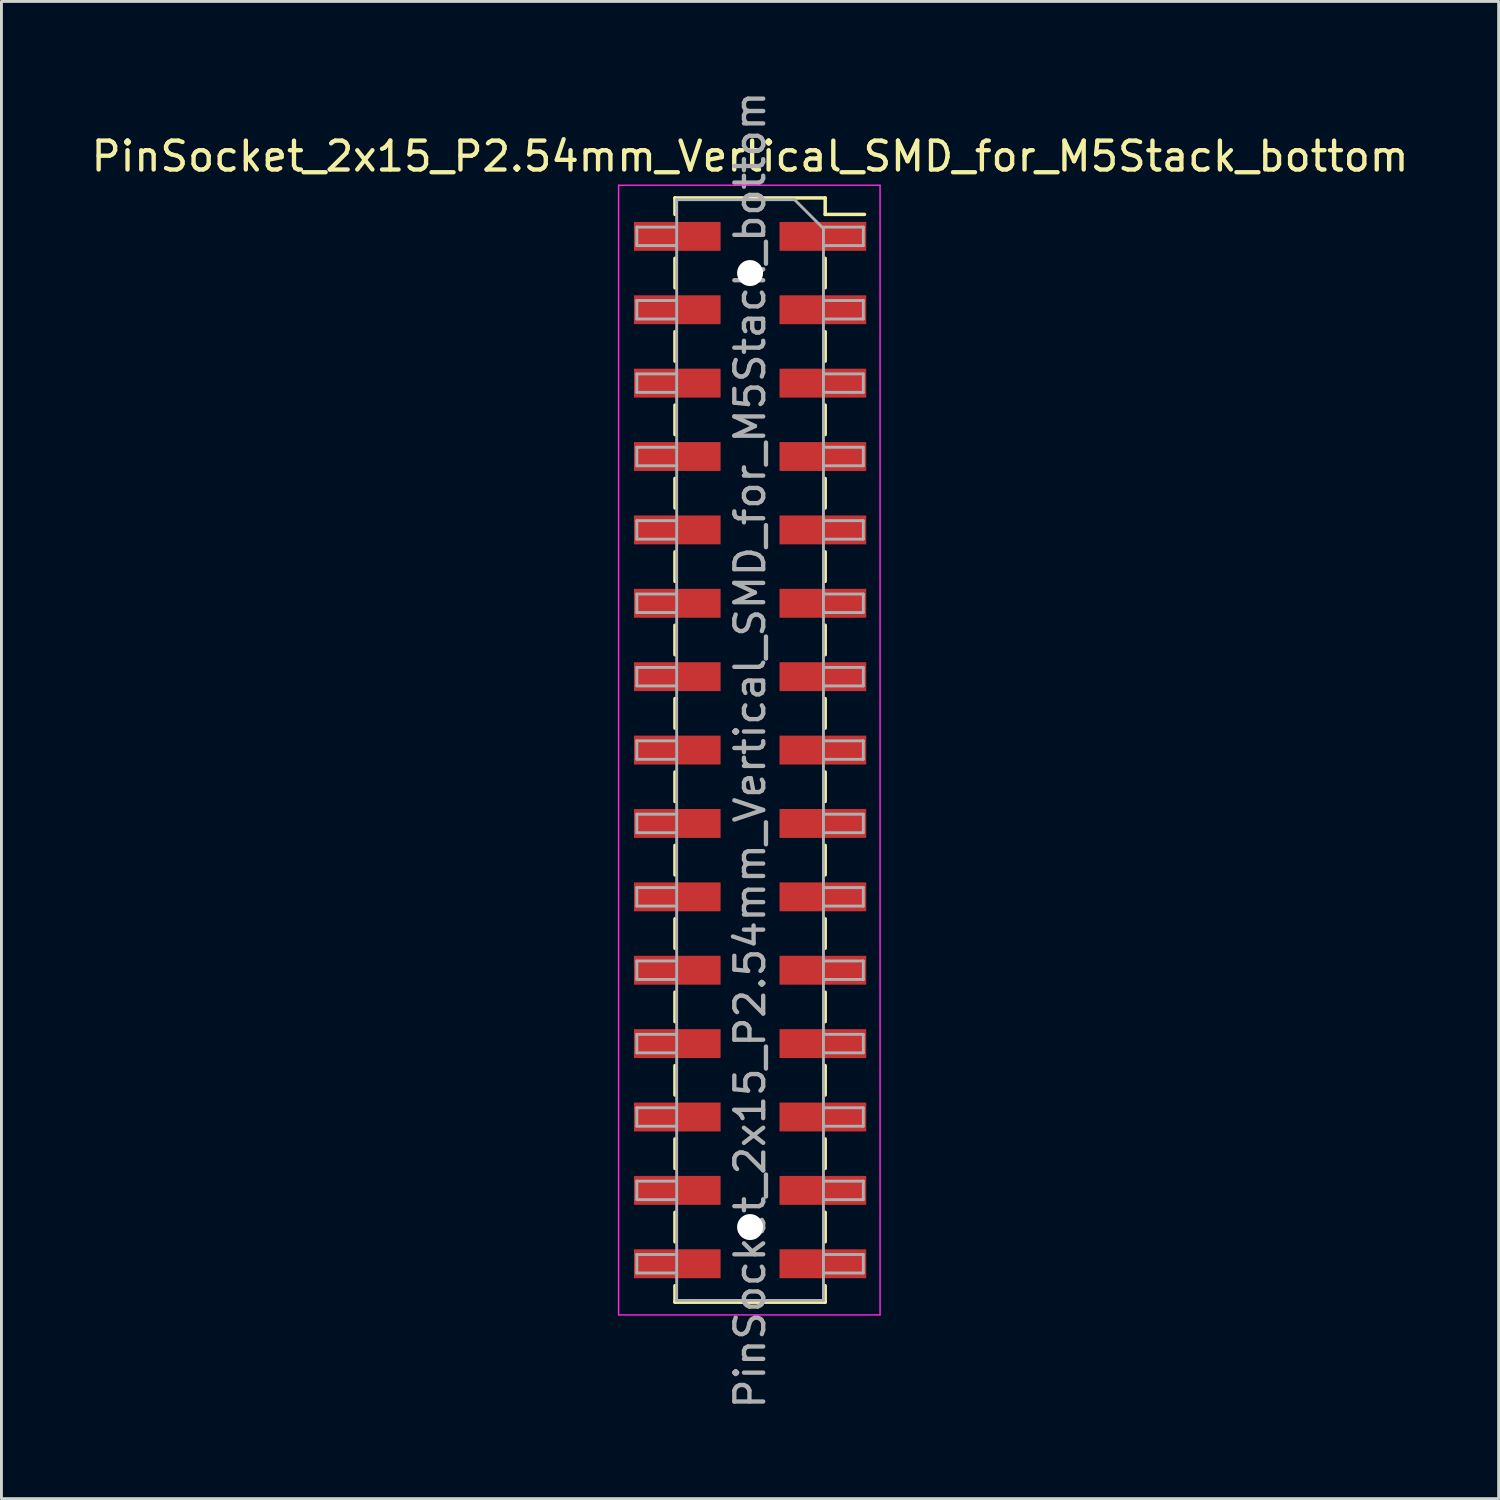
<source format=kicad_pcb>
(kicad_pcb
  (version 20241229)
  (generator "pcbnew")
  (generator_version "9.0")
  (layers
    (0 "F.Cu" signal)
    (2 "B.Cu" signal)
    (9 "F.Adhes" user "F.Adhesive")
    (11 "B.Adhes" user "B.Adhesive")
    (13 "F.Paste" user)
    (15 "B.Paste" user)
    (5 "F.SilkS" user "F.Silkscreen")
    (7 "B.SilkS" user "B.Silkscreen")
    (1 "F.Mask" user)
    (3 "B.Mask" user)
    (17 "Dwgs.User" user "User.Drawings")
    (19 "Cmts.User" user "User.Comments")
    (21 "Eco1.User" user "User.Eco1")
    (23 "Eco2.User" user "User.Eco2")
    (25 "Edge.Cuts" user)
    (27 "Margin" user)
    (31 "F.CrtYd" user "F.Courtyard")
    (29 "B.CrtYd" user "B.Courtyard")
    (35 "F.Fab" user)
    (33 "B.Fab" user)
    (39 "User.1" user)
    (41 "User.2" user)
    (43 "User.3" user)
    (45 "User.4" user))
  (footprint "PinSocket_2x15_P2.54mm_Vertical_SMD_for_M5Stack_bottom"
    (layer "F.Cu")
    (at 22.911 22.911)
    (property "Reference" "PinSocket_2x15_P2.54mm_Vertical_SMD_for_M5Stack_bottom" (at 0 -20.55 0) (layer "F.SilkS") (effects (font (size 1 1) (thickness 0.15))))
    (attr smd)
    (fp_line (start -2.6 -19.11) (end -2.6 -18.54) (stroke (width 0.12) (type solid)) (layer "F.SilkS"))
    (fp_line (start -2.6 -19.11) (end 2.6 -19.11) (stroke (width 0.12) (type solid)) (layer "F.SilkS"))
    (fp_line (start -2.6 -17.02) (end -2.6 -16) (stroke (width 0.12) (type solid)) (layer "F.SilkS"))
    (fp_line (start -2.6 -14.48) (end -2.6 -13.46) (stroke (width 0.12) (type solid)) (layer "F.SilkS"))
    (fp_line (start -2.6 -11.94) (end -2.6 -10.92) (stroke (width 0.12) (type solid)) (layer "F.SilkS"))
    (fp_line (start -2.6 -9.4) (end -2.6 -8.38) (stroke (width 0.12) (type solid)) (layer "F.SilkS"))
    (fp_line (start -2.6 -6.86) (end -2.6 -5.84) (stroke (width 0.12) (type solid)) (layer "F.SilkS"))
    (fp_line (start -2.6 -4.32) (end -2.6 -3.3) (stroke (width 0.12) (type solid)) (layer "F.SilkS"))
    (fp_line (start -2.6 -1.78) (end -2.6 -0.76) (stroke (width 0.12) (type solid)) (layer "F.SilkS"))
    (fp_line (start -2.6 0.76) (end -2.6 1.78) (stroke (width 0.12) (type solid)) (layer "F.SilkS"))
    (fp_line (start -2.6 3.3) (end -2.6 4.32) (stroke (width 0.12) (type solid)) (layer "F.SilkS"))
    (fp_line (start -2.6 5.84) (end -2.6 6.86) (stroke (width 0.12) (type solid)) (layer "F.SilkS"))
    (fp_line (start -2.6 8.38) (end -2.6 9.4) (stroke (width 0.12) (type solid)) (layer "F.SilkS"))
    (fp_line (start -2.6 10.92) (end -2.6 11.94) (stroke (width 0.12) (type solid)) (layer "F.SilkS"))
    (fp_line (start -2.6 13.46) (end -2.6 14.48) (stroke (width 0.12) (type solid)) (layer "F.SilkS"))
    (fp_line (start -2.6 16) (end -2.6 17.02) (stroke (width 0.12) (type solid)) (layer "F.SilkS"))
    (fp_line (start -2.6 18.54) (end -2.6 19.11) (stroke (width 0.12) (type solid)) (layer "F.SilkS"))
    (fp_line (start -2.6 19.11) (end 2.6 19.11) (stroke (width 0.12) (type solid)) (layer "F.SilkS"))
    (fp_line (start 2.6 -19.11) (end 2.6 -18.54) (stroke (width 0.12) (type solid)) (layer "F.SilkS"))
    (fp_line (start 2.6 -18.54) (end 3.96 -18.54) (stroke (width 0.12) (type solid)) (layer "F.SilkS"))
    (fp_line (start 2.6 -17.02) (end 2.6 -16) (stroke (width 0.12) (type solid)) (layer "F.SilkS"))
    (fp_line (start 2.6 -14.48) (end 2.6 -13.46) (stroke (width 0.12) (type solid)) (layer "F.SilkS"))
    (fp_line (start 2.6 -11.94) (end 2.6 -10.92) (stroke (width 0.12) (type solid)) (layer "F.SilkS"))
    (fp_line (start 2.6 -9.4) (end 2.6 -8.38) (stroke (width 0.12) (type solid)) (layer "F.SilkS"))
    (fp_line (start 2.6 -6.86) (end 2.6 -5.84) (stroke (width 0.12) (type solid)) (layer "F.SilkS"))
    (fp_line (start 2.6 -4.32) (end 2.6 -3.3) (stroke (width 0.12) (type solid)) (layer "F.SilkS"))
    (fp_line (start 2.6 -1.78) (end 2.6 -0.76) (stroke (width 0.12) (type solid)) (layer "F.SilkS"))
    (fp_line (start 2.6 0.76) (end 2.6 1.78) (stroke (width 0.12) (type solid)) (layer "F.SilkS"))
    (fp_line (start 2.6 3.3) (end 2.6 4.32) (stroke (width 0.12) (type solid)) (layer "F.SilkS"))
    (fp_line (start 2.6 5.84) (end 2.6 6.86) (stroke (width 0.12) (type solid)) (layer "F.SilkS"))
    (fp_line (start 2.6 8.38) (end 2.6 9.4) (stroke (width 0.12) (type solid)) (layer "F.SilkS"))
    (fp_line (start 2.6 10.92) (end 2.6 11.94) (stroke (width 0.12) (type solid)) (layer "F.SilkS"))
    (fp_line (start 2.6 13.46) (end 2.6 14.48) (stroke (width 0.12) (type solid)) (layer "F.SilkS"))
    (fp_line (start 2.6 16) (end 2.6 17.02) (stroke (width 0.12) (type solid)) (layer "F.SilkS"))
    (fp_line (start 2.6 18.54) (end 2.6 19.11) (stroke (width 0.12) (type solid)) (layer "F.SilkS"))
    (fp_line (start -4.55 -19.55) (end 4.5 -19.55) (stroke (width 0.05) (type solid)) (layer "F.CrtYd"))
    (fp_line (start -4.55 19.55) (end -4.55 -19.55) (stroke (width 0.05) (type solid)) (layer "F.CrtYd"))
    (fp_line (start 4.5 -19.55) (end 4.5 19.55) (stroke (width 0.05) (type solid)) (layer "F.CrtYd"))
    (fp_line (start 4.5 19.55) (end -4.55 19.55) (stroke (width 0.05) (type solid)) (layer "F.CrtYd"))
    (fp_line (start -3.92 -18.1) (end -2.54 -18.1) (stroke (width 0.1) (type solid)) (layer "F.Fab"))
    (fp_line (start -3.92 -17.46) (end -3.92 -18.1) (stroke (width 0.1) (type solid)) (layer "F.Fab"))
    (fp_line (start -3.92 -15.56) (end -2.54 -15.56) (stroke (width 0.1) (type solid)) (layer "F.Fab"))
    (fp_line (start -3.92 -14.92) (end -3.92 -15.56) (stroke (width 0.1) (type solid)) (layer "F.Fab"))
    (fp_line (start -3.92 -13.02) (end -2.54 -13.02) (stroke (width 0.1) (type solid)) (layer "F.Fab"))
    (fp_line (start -3.92 -12.38) (end -3.92 -13.02) (stroke (width 0.1) (type solid)) (layer "F.Fab"))
    (fp_line (start -3.92 -10.48) (end -2.54 -10.48) (stroke (width 0.1) (type solid)) (layer "F.Fab"))
    (fp_line (start -3.92 -9.84) (end -3.92 -10.48) (stroke (width 0.1) (type solid)) (layer "F.Fab"))
    (fp_line (start -3.92 -7.94) (end -2.54 -7.94) (stroke (width 0.1) (type solid)) (layer "F.Fab"))
    (fp_line (start -3.92 -7.3) (end -3.92 -7.94) (stroke (width 0.1) (type solid)) (layer "F.Fab"))
    (fp_line (start -3.92 -5.4) (end -2.54 -5.4) (stroke (width 0.1) (type solid)) (layer "F.Fab"))
    (fp_line (start -3.92 -4.76) (end -3.92 -5.4) (stroke (width 0.1) (type solid)) (layer "F.Fab"))
    (fp_line (start -3.92 -2.86) (end -2.54 -2.86) (stroke (width 0.1) (type solid)) (layer "F.Fab"))
    (fp_line (start -3.92 -2.22) (end -3.92 -2.86) (stroke (width 0.1) (type solid)) (layer "F.Fab"))
    (fp_line (start -3.92 -0.32) (end -2.54 -0.32) (stroke (width 0.1) (type solid)) (layer "F.Fab"))
    (fp_line (start -3.92 0.32) (end -3.92 -0.32) (stroke (width 0.1) (type solid)) (layer "F.Fab"))
    (fp_line (start -3.92 2.22) (end -2.54 2.22) (stroke (width 0.1) (type solid)) (layer "F.Fab"))
    (fp_line (start -3.92 2.86) (end -3.92 2.22) (stroke (width 0.1) (type solid)) (layer "F.Fab"))
    (fp_line (start -3.92 4.76) (end -2.54 4.76) (stroke (width 0.1) (type solid)) (layer "F.Fab"))
    (fp_line (start -3.92 5.4) (end -3.92 4.76) (stroke (width 0.1) (type solid)) (layer "F.Fab"))
    (fp_line (start -3.92 7.3) (end -2.54 7.3) (stroke (width 0.1) (type solid)) (layer "F.Fab"))
    (fp_line (start -3.92 7.94) (end -3.92 7.3) (stroke (width 0.1) (type solid)) (layer "F.Fab"))
    (fp_line (start -3.92 9.84) (end -2.54 9.84) (stroke (width 0.1) (type solid)) (layer "F.Fab"))
    (fp_line (start -3.92 10.48) (end -3.92 9.84) (stroke (width 0.1) (type solid)) (layer "F.Fab"))
    (fp_line (start -3.92 12.38) (end -2.54 12.38) (stroke (width 0.1) (type solid)) (layer "F.Fab"))
    (fp_line (start -3.92 13.02) (end -3.92 12.38) (stroke (width 0.1) (type solid)) (layer "F.Fab"))
    (fp_line (start -3.92 14.92) (end -2.54 14.92) (stroke (width 0.1) (type solid)) (layer "F.Fab"))
    (fp_line (start -3.92 15.56) (end -3.92 14.92) (stroke (width 0.1) (type solid)) (layer "F.Fab"))
    (fp_line (start -3.92 17.46) (end -2.54 17.46) (stroke (width 0.1) (type solid)) (layer "F.Fab"))
    (fp_line (start -3.92 18.1) (end -3.92 17.46) (stroke (width 0.1) (type solid)) (layer "F.Fab"))
    (fp_line (start -2.54 -19.05) (end 1.54 -19.05) (stroke (width 0.1) (type solid)) (layer "F.Fab"))
    (fp_line (start -2.54 -17.46) (end -3.92 -17.46) (stroke (width 0.1) (type solid)) (layer "F.Fab"))
    (fp_line (start -2.54 -14.92) (end -3.92 -14.92) (stroke (width 0.1) (type solid)) (layer "F.Fab"))
    (fp_line (start -2.54 -12.38) (end -3.92 -12.38) (stroke (width 0.1) (type solid)) (layer "F.Fab"))
    (fp_line (start -2.54 -9.84) (end -3.92 -9.84) (stroke (width 0.1) (type solid)) (layer "F.Fab"))
    (fp_line (start -2.54 -7.3) (end -3.92 -7.3) (stroke (width 0.1) (type solid)) (layer "F.Fab"))
    (fp_line (start -2.54 -4.76) (end -3.92 -4.76) (stroke (width 0.1) (type solid)) (layer "F.Fab"))
    (fp_line (start -2.54 -2.22) (end -3.92 -2.22) (stroke (width 0.1) (type solid)) (layer "F.Fab"))
    (fp_line (start -2.54 0.32) (end -3.92 0.32) (stroke (width 0.1) (type solid)) (layer "F.Fab"))
    (fp_line (start -2.54 2.86) (end -3.92 2.86) (stroke (width 0.1) (type solid)) (layer "F.Fab"))
    (fp_line (start -2.54 5.4) (end -3.92 5.4) (stroke (width 0.1) (type solid)) (layer "F.Fab"))
    (fp_line (start -2.54 7.94) (end -3.92 7.94) (stroke (width 0.1) (type solid)) (layer "F.Fab"))
    (fp_line (start -2.54 10.48) (end -3.92 10.48) (stroke (width 0.1) (type solid)) (layer "F.Fab"))
    (fp_line (start -2.54 13.02) (end -3.92 13.02) (stroke (width 0.1) (type solid)) (layer "F.Fab"))
    (fp_line (start -2.54 15.56) (end -3.92 15.56) (stroke (width 0.1) (type solid)) (layer "F.Fab"))
    (fp_line (start -2.54 18.1) (end -3.92 18.1) (stroke (width 0.1) (type solid)) (layer "F.Fab"))
    (fp_line (start -2.54 19.05) (end -2.54 -19.05) (stroke (width 0.1) (type solid)) (layer "F.Fab"))
    (fp_line (start 1.54 -19.05) (end 2.54 -18.05) (stroke (width 0.1) (type solid)) (layer "F.Fab"))
    (fp_line (start 2.54 -18.1) (end 3.92 -18.1) (stroke (width 0.1) (type solid)) (layer "F.Fab"))
    (fp_line (start 2.54 -18.05) (end 2.54 19.05) (stroke (width 0.1) (type solid)) (layer "F.Fab"))
    (fp_line (start 2.54 -15.56) (end 3.92 -15.56) (stroke (width 0.1) (type solid)) (layer "F.Fab"))
    (fp_line (start 2.54 -13.02) (end 3.92 -13.02) (stroke (width 0.1) (type solid)) (layer "F.Fab"))
    (fp_line (start 2.54 -10.48) (end 3.92 -10.48) (stroke (width 0.1) (type solid)) (layer "F.Fab"))
    (fp_line (start 2.54 -7.94) (end 3.92 -7.94) (stroke (width 0.1) (type solid)) (layer "F.Fab"))
    (fp_line (start 2.54 -5.4) (end 3.92 -5.4) (stroke (width 0.1) (type solid)) (layer "F.Fab"))
    (fp_line (start 2.54 -2.86) (end 3.92 -2.86) (stroke (width 0.1) (type solid)) (layer "F.Fab"))
    (fp_line (start 2.54 -0.32) (end 3.92 -0.32) (stroke (width 0.1) (type solid)) (layer "F.Fab"))
    (fp_line (start 2.54 2.22) (end 3.92 2.22) (stroke (width 0.1) (type solid)) (layer "F.Fab"))
    (fp_line (start 2.54 4.76) (end 3.92 4.76) (stroke (width 0.1) (type solid)) (layer "F.Fab"))
    (fp_line (start 2.54 7.3) (end 3.92 7.3) (stroke (width 0.1) (type solid)) (layer "F.Fab"))
    (fp_line (start 2.54 9.84) (end 3.92 9.84) (stroke (width 0.1) (type solid)) (layer "F.Fab"))
    (fp_line (start 2.54 12.38) (end 3.92 12.38) (stroke (width 0.1) (type solid)) (layer "F.Fab"))
    (fp_line (start 2.54 14.92) (end 3.92 14.92) (stroke (width 0.1) (type solid)) (layer "F.Fab"))
    (fp_line (start 2.54 17.46) (end 3.92 17.46) (stroke (width 0.1) (type solid)) (layer "F.Fab"))
    (fp_line (start 2.54 19.05) (end -2.54 19.05) (stroke (width 0.1) (type solid)) (layer "F.Fab"))
    (fp_line (start 3.92 -18.1) (end 3.92 -17.46) (stroke (width 0.1) (type solid)) (layer "F.Fab"))
    (fp_line (start 3.92 -17.46) (end 2.54 -17.46) (stroke (width 0.1) (type solid)) (layer "F.Fab"))
    (fp_line (start 3.92 -15.56) (end 3.92 -14.92) (stroke (width 0.1) (type solid)) (layer "F.Fab"))
    (fp_line (start 3.92 -14.92) (end 2.54 -14.92) (stroke (width 0.1) (type solid)) (layer "F.Fab"))
    (fp_line (start 3.92 -13.02) (end 3.92 -12.38) (stroke (width 0.1) (type solid)) (layer "F.Fab"))
    (fp_line (start 3.92 -12.38) (end 2.54 -12.38) (stroke (width 0.1) (type solid)) (layer "F.Fab"))
    (fp_line (start 3.92 -10.48) (end 3.92 -9.84) (stroke (width 0.1) (type solid)) (layer "F.Fab"))
    (fp_line (start 3.92 -9.84) (end 2.54 -9.84) (stroke (width 0.1) (type solid)) (layer "F.Fab"))
    (fp_line (start 3.92 -7.94) (end 3.92 -7.3) (stroke (width 0.1) (type solid)) (layer "F.Fab"))
    (fp_line (start 3.92 -7.3) (end 2.54 -7.3) (stroke (width 0.1) (type solid)) (layer "F.Fab"))
    (fp_line (start 3.92 -5.4) (end 3.92 -4.76) (stroke (width 0.1) (type solid)) (layer "F.Fab"))
    (fp_line (start 3.92 -4.76) (end 2.54 -4.76) (stroke (width 0.1) (type solid)) (layer "F.Fab"))
    (fp_line (start 3.92 -2.86) (end 3.92 -2.22) (stroke (width 0.1) (type solid)) (layer "F.Fab"))
    (fp_line (start 3.92 -2.22) (end 2.54 -2.22) (stroke (width 0.1) (type solid)) (layer "F.Fab"))
    (fp_line (start 3.92 -0.32) (end 3.92 0.32) (stroke (width 0.1) (type solid)) (layer "F.Fab"))
    (fp_line (start 3.92 0.32) (end 2.54 0.32) (stroke (width 0.1) (type solid)) (layer "F.Fab"))
    (fp_line (start 3.92 2.22) (end 3.92 2.86) (stroke (width 0.1) (type solid)) (layer "F.Fab"))
    (fp_line (start 3.92 2.86) (end 2.54 2.86) (stroke (width 0.1) (type solid)) (layer "F.Fab"))
    (fp_line (start 3.92 4.76) (end 3.92 5.4) (stroke (width 0.1) (type solid)) (layer "F.Fab"))
    (fp_line (start 3.92 5.4) (end 2.54 5.4) (stroke (width 0.1) (type solid)) (layer "F.Fab"))
    (fp_line (start 3.92 7.3) (end 3.92 7.94) (stroke (width 0.1) (type solid)) (layer "F.Fab"))
    (fp_line (start 3.92 7.94) (end 2.54 7.94) (stroke (width 0.1) (type solid)) (layer "F.Fab"))
    (fp_line (start 3.92 9.84) (end 3.92 10.48) (stroke (width 0.1) (type solid)) (layer "F.Fab"))
    (fp_line (start 3.92 10.48) (end 2.54 10.48) (stroke (width 0.1) (type solid)) (layer "F.Fab"))
    (fp_line (start 3.92 12.38) (end 3.92 13.02) (stroke (width 0.1) (type solid)) (layer "F.Fab"))
    (fp_line (start 3.92 13.02) (end 2.54 13.02) (stroke (width 0.1) (type solid)) (layer "F.Fab"))
    (fp_line (start 3.92 14.92) (end 3.92 15.56) (stroke (width 0.1) (type solid)) (layer "F.Fab"))
    (fp_line (start 3.92 15.56) (end 2.54 15.56) (stroke (width 0.1) (type solid)) (layer "F.Fab"))
    (fp_line (start 3.92 17.46) (end 3.92 18.1) (stroke (width 0.1) (type solid)) (layer "F.Fab"))
    (fp_line (start 3.92 18.1) (end 2.54 18.1) (stroke (width 0.1) (type solid)) (layer "F.Fab"))
    (fp_text user "${REFERENCE}" (at 0 0 90) (layer "F.Fab") (effects (font (size 1 1) (thickness 0.15))))
    (pad "" np_thru_hole circle (at 0 -16.51) (size 0.9 0.9) (drill 0.9) (layers "*.Cu" "*.Mask"))
    (pad "" np_thru_hole circle (at 0 16.51) (size 0.9 0.9) (drill 0.9) (layers "*.Cu" "*.Mask"))
    (pad "1" smd rect (at 2.52 -17.78) (size 3 1) (layers "F.Cu" "F.Mask" "F.Paste"))
    (pad "2" smd rect (at -2.52 -17.78) (size 3 1) (layers "F.Cu" "F.Mask" "F.Paste"))
    (pad "3" smd rect (at 2.52 -15.24) (size 3 1) (layers "F.Cu" "F.Mask" "F.Paste"))
    (pad "4" smd rect (at -2.52 -15.24) (size 3 1) (layers "F.Cu" "F.Mask" "F.Paste"))
    (pad "5" smd rect (at 2.52 -12.7) (size 3 1) (layers "F.Cu" "F.Mask" "F.Paste"))
    (pad "6" smd rect (at -2.52 -12.7) (size 3 1) (layers "F.Cu" "F.Mask" "F.Paste"))
    (pad "7" smd rect (at 2.52 -10.16) (size 3 1) (layers "F.Cu" "F.Mask" "F.Paste"))
    (pad "8" smd rect (at -2.52 -10.16) (size 3 1) (layers "F.Cu" "F.Mask" "F.Paste"))
    (pad "9" smd rect (at 2.52 -7.62) (size 3 1) (layers "F.Cu" "F.Mask" "F.Paste"))
    (pad "10" smd rect (at -2.52 -7.62) (size 3 1) (layers "F.Cu" "F.Mask" "F.Paste"))
    (pad "11" smd rect (at 2.52 -5.08) (size 3 1) (layers "F.Cu" "F.Mask" "F.Paste"))
    (pad "12" smd rect (at -2.52 -5.08) (size 3 1) (layers "F.Cu" "F.Mask" "F.Paste"))
    (pad "13" smd rect (at 2.52 -2.54) (size 3 1) (layers "F.Cu" "F.Mask" "F.Paste"))
    (pad "14" smd rect (at -2.52 -2.54) (size 3 1) (layers "F.Cu" "F.Mask" "F.Paste"))
    (pad "15" smd rect (at 2.52 0) (size 3 1) (layers "F.Cu" "F.Mask" "F.Paste"))
    (pad "16" smd rect (at -2.52 0) (size 3 1) (layers "F.Cu" "F.Mask" "F.Paste"))
    (pad "17" smd rect (at 2.52 2.54) (size 3 1) (layers "F.Cu" "F.Mask" "F.Paste"))
    (pad "18" smd rect (at -2.52 2.54) (size 3 1) (layers "F.Cu" "F.Mask" "F.Paste"))
    (pad "19" smd rect (at 2.52 5.08) (size 3 1) (layers "F.Cu" "F.Mask" "F.Paste"))
    (pad "20" smd rect (at -2.52 5.08) (size 3 1) (layers "F.Cu" "F.Mask" "F.Paste"))
    (pad "21" smd rect (at 2.52 7.62) (size 3 1) (layers "F.Cu" "F.Mask" "F.Paste"))
    (pad "22" smd rect (at -2.52 7.62) (size 3 1) (layers "F.Cu" "F.Mask" "F.Paste"))
    (pad "23" smd rect (at 2.52 10.16) (size 3 1) (layers "F.Cu" "F.Mask" "F.Paste"))
    (pad "24" smd rect (at -2.52 10.16) (size 3 1) (layers "F.Cu" "F.Mask" "F.Paste"))
    (pad "25" smd rect (at 2.52 12.7) (size 3 1) (layers "F.Cu" "F.Mask" "F.Paste"))
    (pad "26" smd rect (at -2.52 12.7) (size 3 1) (layers "F.Cu" "F.Mask" "F.Paste"))
    (pad "27" smd rect (at 2.52 15.24) (size 3 1) (layers "F.Cu" "F.Mask" "F.Paste"))
    (pad "28" smd rect (at -2.52 15.24) (size 3 1) (layers "F.Cu" "F.Mask" "F.Paste"))
    (pad "29" smd rect (at 2.52 17.78) (size 3 1) (layers "F.Cu" "F.Mask" "F.Paste"))
    (pad "30" smd rect (at -2.52 17.78) (size 3 1) (layers "F.Cu" "F.Mask" "F.Paste")))
  (gr_rect
    (start -3 -3)
    (end 48.821 48.821)
    (stroke (width 0.1) (type default))
    (fill no)
    (layer "Edge.Cuts")))
</source>
